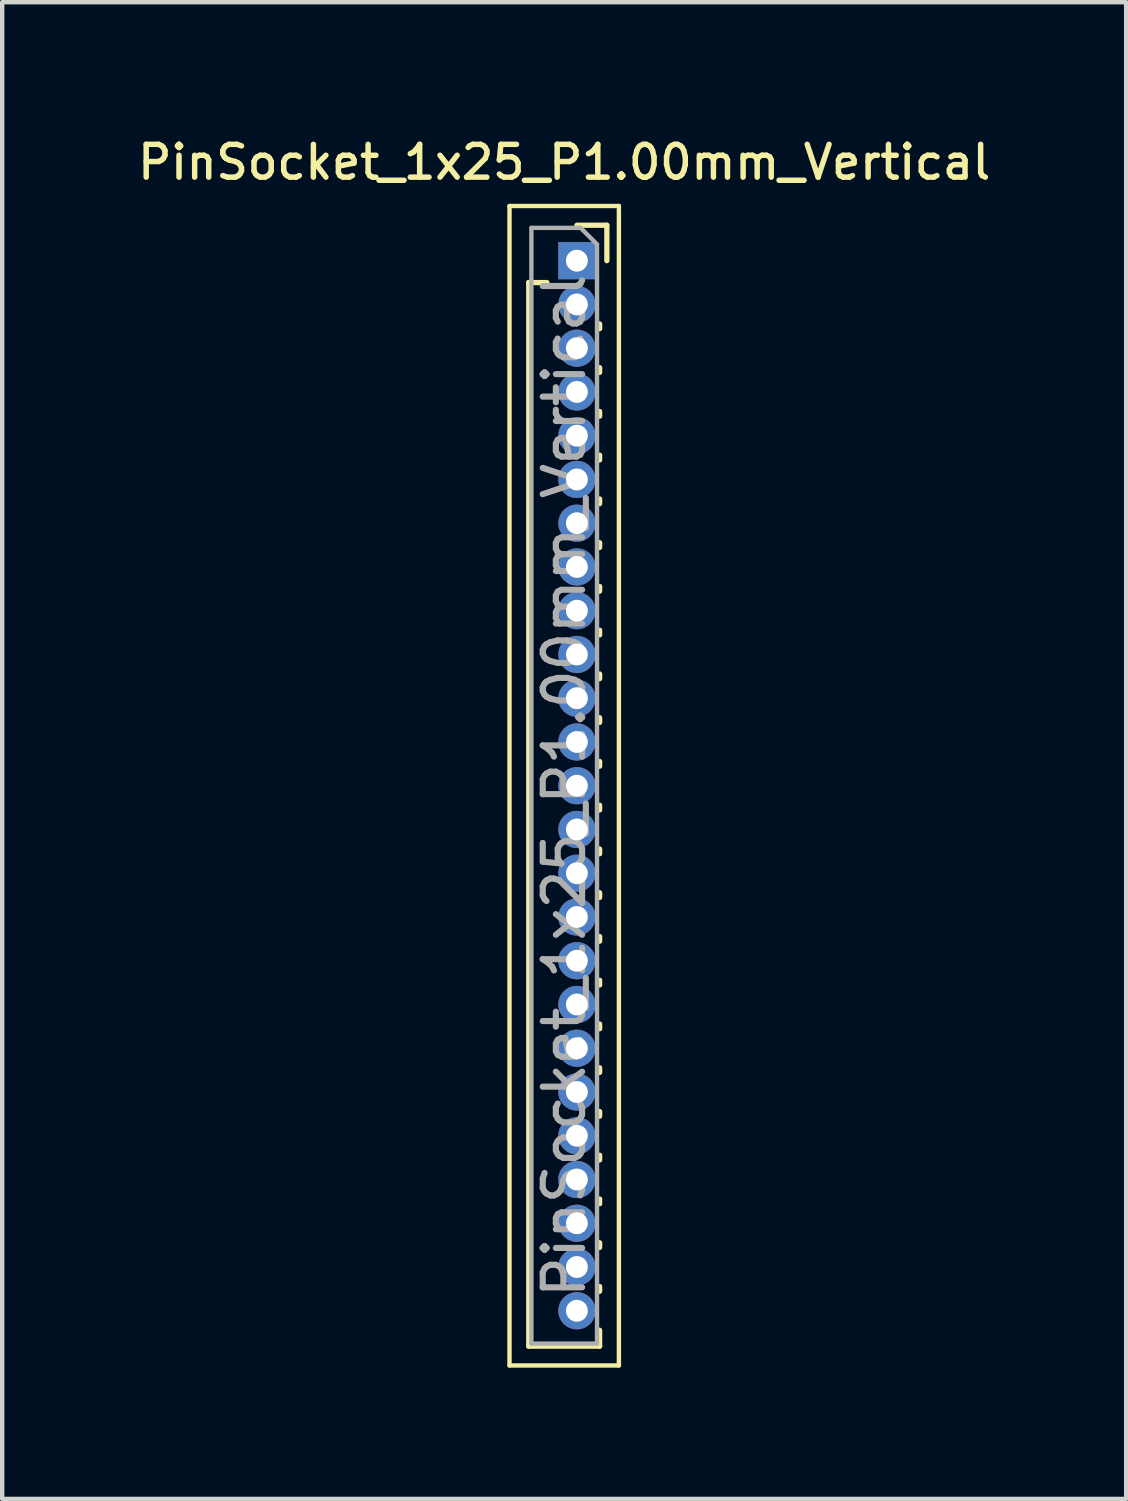
<source format=kicad_pcb>
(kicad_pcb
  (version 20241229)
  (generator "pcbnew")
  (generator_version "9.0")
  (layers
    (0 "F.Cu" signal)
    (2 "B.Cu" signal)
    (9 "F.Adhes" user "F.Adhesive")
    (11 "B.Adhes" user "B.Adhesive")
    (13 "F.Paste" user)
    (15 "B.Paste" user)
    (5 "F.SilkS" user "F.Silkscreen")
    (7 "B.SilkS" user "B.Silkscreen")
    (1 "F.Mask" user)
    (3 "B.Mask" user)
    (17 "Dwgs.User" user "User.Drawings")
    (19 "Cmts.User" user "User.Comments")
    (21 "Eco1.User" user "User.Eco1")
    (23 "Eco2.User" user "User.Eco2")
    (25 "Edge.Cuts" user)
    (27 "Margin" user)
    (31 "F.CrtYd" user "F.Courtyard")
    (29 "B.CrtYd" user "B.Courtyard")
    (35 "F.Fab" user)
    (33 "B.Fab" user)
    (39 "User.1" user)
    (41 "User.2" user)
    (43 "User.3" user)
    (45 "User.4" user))
  (footprint "PinSocket_1x25_P1.00mm_Vertical"
    (layer "F.Cu")
    (at 10.135 2.908)
    (property "Reference" "PinSocket_1x25_P1.00mm_Vertical" (at -0.29 -2.25 0) (layer "F.SilkS") (effects (font (size 0.75 0.75) (thickness 0.125))))
    (attr through_hole)
    (fp_line (start -1.54 -1.25) (end 0.96 -1.25) (stroke (width 0.1) (type solid)) (layer "F.SilkS"))
    (fp_line (start -1.54 25.25) (end -1.54 -1.25) (stroke (width 0.1) (type solid)) (layer "F.SilkS"))
    (fp_line (start -1.1 0.5) (end -1.1 24.81) (stroke (width 0.12) (type solid)) (layer "F.SilkS"))
    (fp_line (start -1.1 0.5) (end -0.685 0.5) (stroke (width 0.12) (type solid)) (layer "F.SilkS"))
    (fp_line (start -1.1 24.81) (end 0.52 24.81) (stroke (width 0.12) (type solid)) (layer "F.SilkS"))
    (fp_line (start 0 -0.81) (end 0.685 -0.81) (stroke (width 0.12) (type solid)) (layer "F.SilkS"))
    (fp_line (start 0.52 1.446) (end 0.52 1.554) (stroke (width 0.12) (type solid)) (layer "F.SilkS"))
    (fp_line (start 0.52 2.446) (end 0.52 2.554) (stroke (width 0.12) (type solid)) (layer "F.SilkS"))
    (fp_line (start 0.52 3.446) (end 0.52 3.554) (stroke (width 0.12) (type solid)) (layer "F.SilkS"))
    (fp_line (start 0.52 4.446) (end 0.52 4.554) (stroke (width 0.12) (type solid)) (layer "F.SilkS"))
    (fp_line (start 0.52 5.446) (end 0.52 5.554) (stroke (width 0.12) (type solid)) (layer "F.SilkS"))
    (fp_line (start 0.52 6.446) (end 0.52 6.554) (stroke (width 0.12) (type solid)) (layer "F.SilkS"))
    (fp_line (start 0.52 7.446) (end 0.52 7.554) (stroke (width 0.12) (type solid)) (layer "F.SilkS"))
    (fp_line (start 0.52 8.446) (end 0.52 8.554) (stroke (width 0.12) (type solid)) (layer "F.SilkS"))
    (fp_line (start 0.52 9.446) (end 0.52 9.554) (stroke (width 0.12) (type solid)) (layer "F.SilkS"))
    (fp_line (start 0.52 10.446) (end 0.52 10.554) (stroke (width 0.12) (type solid)) (layer "F.SilkS"))
    (fp_line (start 0.52 11.446) (end 0.52 11.554) (stroke (width 0.12) (type solid)) (layer "F.SilkS"))
    (fp_line (start 0.52 12.446) (end 0.52 12.554) (stroke (width 0.12) (type solid)) (layer "F.SilkS"))
    (fp_line (start 0.52 13.446) (end 0.52 13.554) (stroke (width 0.12) (type solid)) (layer "F.SilkS"))
    (fp_line (start 0.52 14.446) (end 0.52 14.554) (stroke (width 0.12) (type solid)) (layer "F.SilkS"))
    (fp_line (start 0.52 15.446) (end 0.52 15.554) (stroke (width 0.12) (type solid)) (layer "F.SilkS"))
    (fp_line (start 0.52 16.446) (end 0.52 16.554) (stroke (width 0.12) (type solid)) (layer "F.SilkS"))
    (fp_line (start 0.52 17.446) (end 0.52 17.554) (stroke (width 0.12) (type solid)) (layer "F.SilkS"))
    (fp_line (start 0.52 18.446) (end 0.52 18.554) (stroke (width 0.12) (type solid)) (layer "F.SilkS"))
    (fp_line (start 0.52 19.446) (end 0.52 19.554) (stroke (width 0.12) (type solid)) (layer "F.SilkS"))
    (fp_line (start 0.52 20.446) (end 0.52 20.554) (stroke (width 0.12) (type solid)) (layer "F.SilkS"))
    (fp_line (start 0.52 21.446) (end 0.52 21.554) (stroke (width 0.12) (type solid)) (layer "F.SilkS"))
    (fp_line (start 0.52 22.446) (end 0.52 22.554) (stroke (width 0.12) (type solid)) (layer "F.SilkS"))
    (fp_line (start 0.52 23.446) (end 0.52 23.554) (stroke (width 0.12) (type solid)) (layer "F.SilkS"))
    (fp_line (start 0.52 24.446) (end 0.52 24.81) (stroke (width 0.12) (type solid)) (layer "F.SilkS"))
    (fp_line (start 0.685 -0.81) (end 0.685 0) (stroke (width 0.12) (type solid)) (layer "F.SilkS"))
    (fp_line (start 0.96 -1.25) (end 0.96 25.25) (stroke (width 0.1) (type solid)) (layer "F.SilkS"))
    (fp_line (start 0.96 25.25) (end -1.54 25.25) (stroke (width 0.1) (type solid)) (layer "F.SilkS"))
    (fp_line (start -1.04 -0.75) (end 0.085 -0.75) (stroke (width 0.1) (type solid)) (layer "F.Fab"))
    (fp_line (start -1.04 24.75) (end -1.04 -0.75) (stroke (width 0.1) (type solid)) (layer "F.Fab"))
    (fp_line (start 0.085 -0.75) (end 0.46 -0.375) (stroke (width 0.1) (type solid)) (layer "F.Fab"))
    (fp_line (start 0.46 -0.375) (end 0.46 24.75) (stroke (width 0.1) (type solid)) (layer "F.Fab"))
    (fp_line (start 0.46 24.75) (end -1.04 24.75) (stroke (width 0.1) (type solid)) (layer "F.Fab"))
    (fp_text user "${REFERENCE}" (at -0.29 12 90) (layer "F.Fab") (effects (font (size 0.9 0.9) (thickness 0.14))))
    (pad "1" thru_hole rect (at 0 0) (size 0.85 0.85) (drill 0.5) (layers "*.Cu" "*.Mask"))
    (pad "2" thru_hole oval (at 0 1) (size 0.85 0.85) (drill 0.5) (layers "*.Cu" "*.Mask"))
    (pad "3" thru_hole oval (at 0 2) (size 0.85 0.85) (drill 0.5) (layers "*.Cu" "*.Mask"))
    (pad "4" thru_hole oval (at 0 3) (size 0.85 0.85) (drill 0.5) (layers "*.Cu" "*.Mask"))
    (pad "5" thru_hole oval (at 0 4) (size 0.85 0.85) (drill 0.5) (layers "*.Cu" "*.Mask"))
    (pad "6" thru_hole oval (at 0 5) (size 0.85 0.85) (drill 0.5) (layers "*.Cu" "*.Mask"))
    (pad "7" thru_hole oval (at 0 6) (size 0.85 0.85) (drill 0.5) (layers "*.Cu" "*.Mask"))
    (pad "8" thru_hole oval (at 0 7) (size 0.85 0.85) (drill 0.5) (layers "*.Cu" "*.Mask"))
    (pad "9" thru_hole oval (at 0 8) (size 0.85 0.85) (drill 0.5) (layers "*.Cu" "*.Mask"))
    (pad "10" thru_hole oval (at 0 9) (size 0.85 0.85) (drill 0.5) (layers "*.Cu" "*.Mask"))
    (pad "11" thru_hole oval (at 0 10) (size 0.85 0.85) (drill 0.5) (layers "*.Cu" "*.Mask"))
    (pad "12" thru_hole oval (at 0 11) (size 0.85 0.85) (drill 0.5) (layers "*.Cu" "*.Mask"))
    (pad "13" thru_hole oval (at 0 12) (size 0.85 0.85) (drill 0.5) (layers "*.Cu" "*.Mask"))
    (pad "14" thru_hole oval (at 0 13) (size 0.85 0.85) (drill 0.5) (layers "*.Cu" "*.Mask"))
    (pad "15" thru_hole oval (at 0 14) (size 0.85 0.85) (drill 0.5) (layers "*.Cu" "*.Mask"))
    (pad "16" thru_hole oval (at 0 15) (size 0.85 0.85) (drill 0.5) (layers "*.Cu" "*.Mask"))
    (pad "17" thru_hole oval (at 0 16) (size 0.85 0.85) (drill 0.5) (layers "*.Cu" "*.Mask"))
    (pad "18" thru_hole oval (at 0 17) (size 0.85 0.85) (drill 0.5) (layers "*.Cu" "*.Mask"))
    (pad "19" thru_hole oval (at 0 18) (size 0.85 0.85) (drill 0.5) (layers "*.Cu" "*.Mask"))
    (pad "20" thru_hole oval (at 0 19) (size 0.85 0.85) (drill 0.5) (layers "*.Cu" "*.Mask"))
    (pad "21" thru_hole oval (at 0 20) (size 0.85 0.85) (drill 0.5) (layers "*.Cu" "*.Mask"))
    (pad "22" thru_hole oval (at 0 21) (size 0.85 0.85) (drill 0.5) (layers "*.Cu" "*.Mask"))
    (pad "23" thru_hole oval (at 0 22) (size 0.85 0.85) (drill 0.5) (layers "*.Cu" "*.Mask"))
    (pad "24" thru_hole oval (at 0 23) (size 0.85 0.85) (drill 0.5) (layers "*.Cu" "*.Mask"))
    (pad "25" thru_hole oval (at 0 24) (size 0.85 0.85) (drill 0.5) (layers "*.Cu" "*.Mask")))
  (gr_rect
    (start -3 -3)
    (end 22.689 31.208)
    (stroke (width 0.1) (type default))
    (fill no)
    (layer "Edge.Cuts")))
</source>
